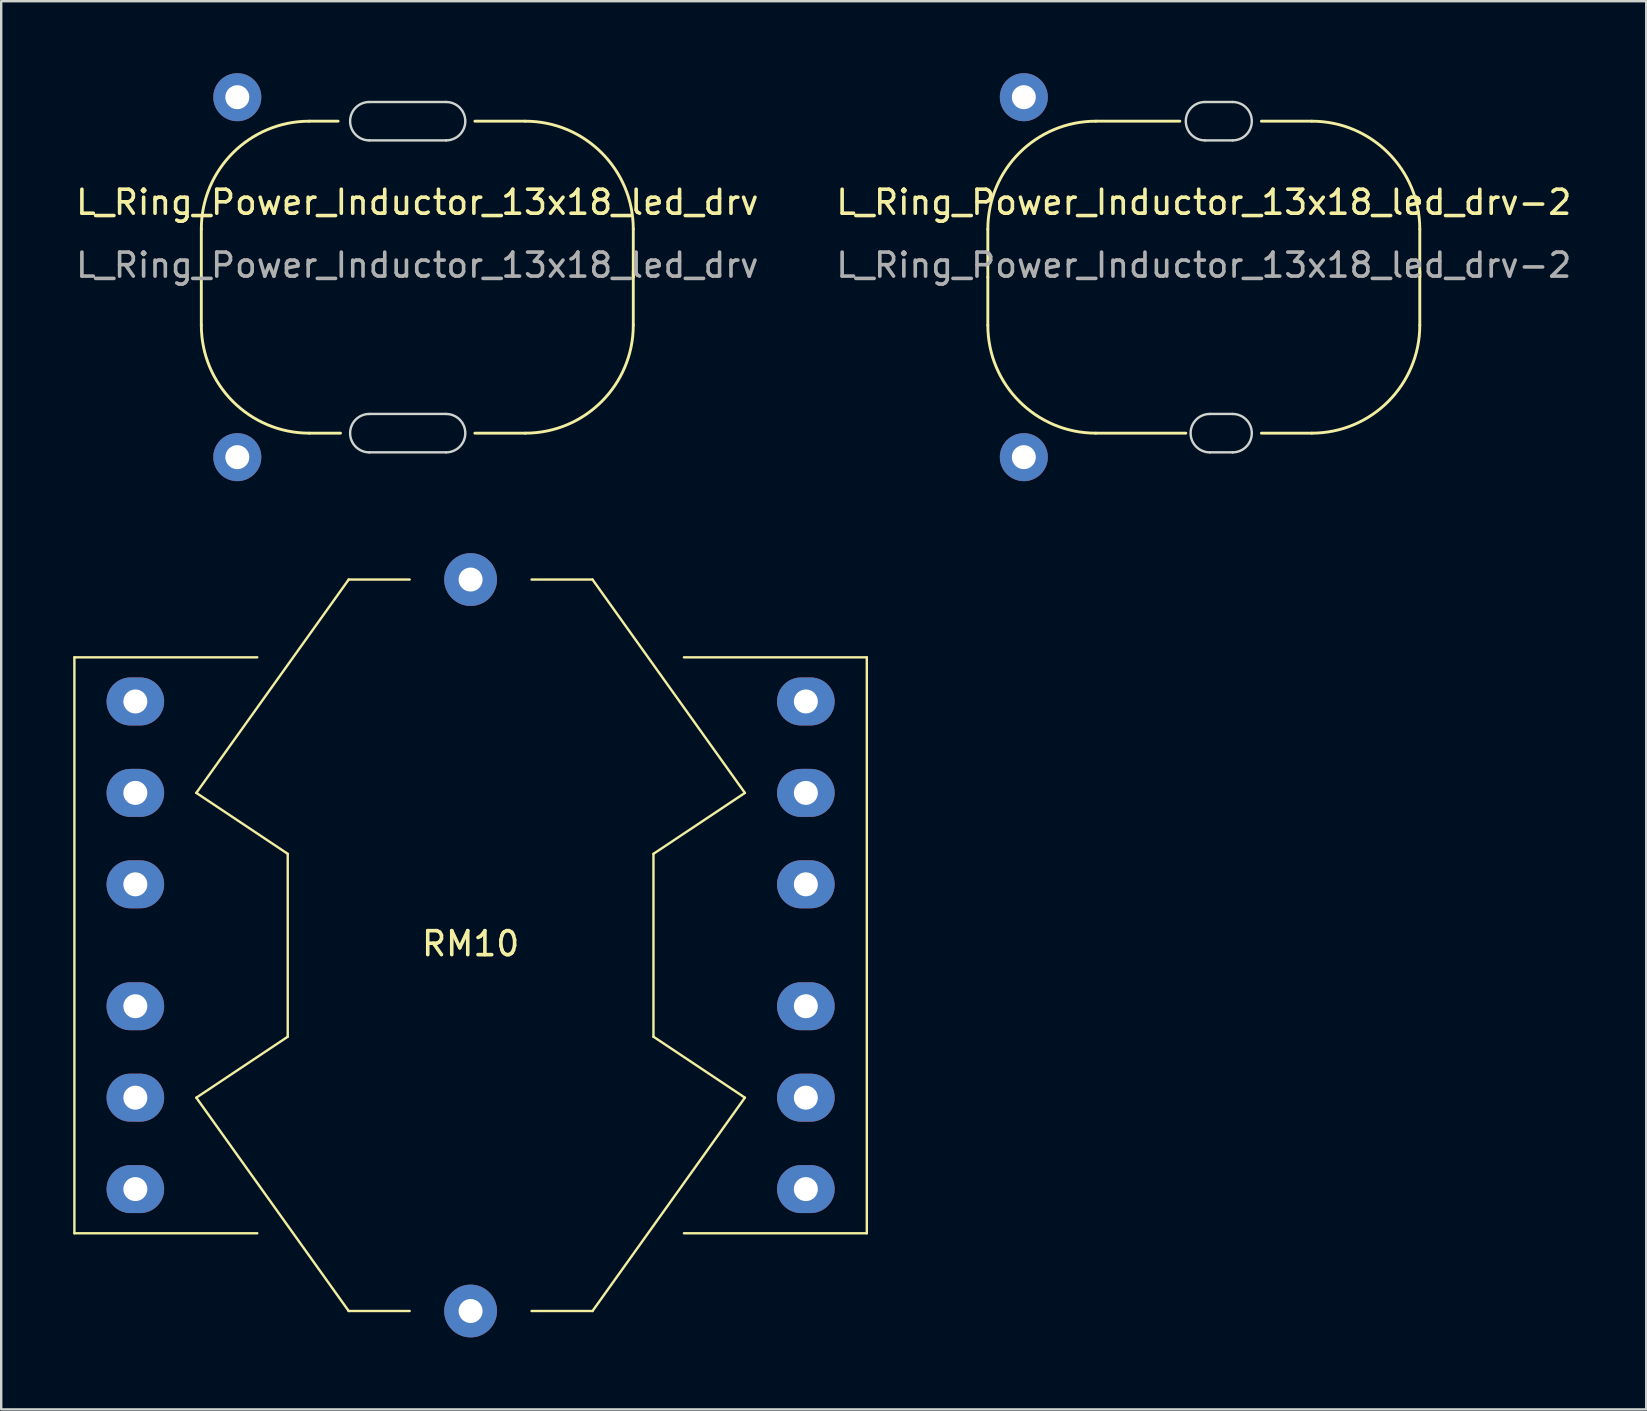
<source format=kicad_pcb>
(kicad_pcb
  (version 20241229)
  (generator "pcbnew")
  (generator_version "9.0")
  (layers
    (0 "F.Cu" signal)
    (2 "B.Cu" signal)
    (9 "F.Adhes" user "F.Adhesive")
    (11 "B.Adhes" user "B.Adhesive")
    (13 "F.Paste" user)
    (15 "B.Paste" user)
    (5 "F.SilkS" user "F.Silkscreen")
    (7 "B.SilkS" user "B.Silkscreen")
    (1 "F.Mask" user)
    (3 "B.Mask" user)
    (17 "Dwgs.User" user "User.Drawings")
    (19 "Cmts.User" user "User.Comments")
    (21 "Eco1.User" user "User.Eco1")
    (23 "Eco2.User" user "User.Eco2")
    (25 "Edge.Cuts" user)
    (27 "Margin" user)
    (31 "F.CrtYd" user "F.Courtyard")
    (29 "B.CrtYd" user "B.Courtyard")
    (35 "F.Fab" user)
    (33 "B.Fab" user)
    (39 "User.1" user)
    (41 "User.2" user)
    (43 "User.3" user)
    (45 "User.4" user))
  (footprint "L_Ring_Power_Inductor_13x18_led_drv-2"
    (layer "F.Cu")
    (at 47.113 8.5)
    (property "Reference" "L_Ring_Power_Inductor_13x18_led_drv-2" (at 0 -3.12 0) (layer "F.SilkS") (effects (font (size 1 1) (thickness 0.15))))
    (attr through_hole)
    (fp_line (start -9 -2) (end -9 0) (stroke (width 0.12) (type default)) (layer "F.SilkS"))
    (fp_line (start -9 0) (end -9 2) (stroke (width 0.12) (type default)) (layer "F.SilkS"))
    (fp_line (start -4.5 -6.5) (end -1 -6.5) (stroke (width 0.12) (type default)) (layer "F.SilkS"))
    (fp_line (start -4.5 6.5) (end -0.75 6.5) (stroke (width 0.12) (type default)) (layer "F.SilkS"))
    (fp_line (start 2.4 -6.5) (end 4.5 -6.5) (stroke (width 0.12) (type default)) (layer "F.SilkS"))
    (fp_line (start 2.4 6.5) (end 4.5 6.5) (stroke (width 0.12) (type default)) (layer "F.SilkS"))
    (fp_line (start 9 -2) (end 9 0) (stroke (width 0.12) (type default)) (layer "F.SilkS"))
    (fp_line (start 9 -0.25) (end 9 2) (stroke (width 0.12) (type default)) (layer "F.SilkS"))
    (fp_arc (start -9 -2) (mid -7.681981 -5.181981) (end -4.5 -6.5) (stroke (width 0.12) (type default)) (layer "F.SilkS"))
    (fp_arc (start -4.5 6.5) (mid -7.681981 5.181981) (end -9 2) (stroke (width 0.12) (type default)) (layer "F.SilkS"))
    (fp_arc (start 4.5 -6.5) (mid 7.681981 -5.181981) (end 9 -2) (stroke (width 0.12) (type default)) (layer "F.SilkS"))
    (fp_arc (start 9 2) (mid 7.681981 5.181981) (end 4.5 6.5) (stroke (width 0.12) (type default)) (layer "F.SilkS"))
    (fp_line (start 1.2 -7.3) (end 0.05 -7.3) (stroke (width 0.1) (type default)) (layer "Edge.Cuts"))
    (fp_line (start 1.2 -5.7) (end 0.05 -5.7) (stroke (width 0.1) (type default)) (layer "Edge.Cuts"))
    (fp_line (start 1.2 5.7) (end 0.25 5.7) (stroke (width 0.1) (type default)) (layer "Edge.Cuts"))
    (fp_line (start 1.2 7.3) (end 0.25 7.3) (stroke (width 0.1) (type default)) (layer "Edge.Cuts"))
    (fp_arc (start 0.05 -5.7) (mid -0.75 -6.5) (end 0.05 -7.3) (stroke (width 0.1) (type default)) (layer "Edge.Cuts"))
    (fp_arc (start 0.25 7.3) (mid -0.55 6.5) (end 0.25 5.7) (stroke (width 0.1) (type default)) (layer "Edge.Cuts"))
    (fp_arc (start 1.2 -7.3) (mid 2 -6.5) (end 1.2 -5.7) (stroke (width 0.1) (type default)) (layer "Edge.Cuts"))
    (fp_arc (start 1.2 5.7) (mid 2 6.5) (end 1.2 7.3) (stroke (width 0.1) (type default)) (layer "Edge.Cuts"))
    (fp_text user "${REFERENCE}" (at 0 -0.5 0) (layer "F.Fab") (effects (font (size 1 1) (thickness 0.15))))
    (pad "1" thru_hole oval (at -7.5 -7.5) (size 2 2) (drill 1) (layers "*.Cu" "*.Mask"))
    (pad "2" thru_hole oval (at -7.5 7.5) (size 2 2) (drill 1) (layers "*.Cu" "*.Mask")))
  (footprint "RM10"
    (layer "F.Cu")
    (at 16.56 36.275)
    (property "Reference" "RM10" (at 0 0 180) (layer "F.SilkS") (effects (font (size 1 1) (thickness 0.15))))
    (attr through_hole)
    (fp_line (start -16.51 -11.935) (end -16.51 12.065) (stroke (width 0.1) (type solid)) (layer "F.SilkS"))
    (fp_line (start -16.51 -11.935) (end -8.89 -11.935) (stroke (width 0.1) (type default)) (layer "F.SilkS"))
    (fp_line (start -16.51 12.065) (end -8.89 12.065) (stroke (width 0.1) (type default)) (layer "F.SilkS"))
    (fp_line (start -11.43 -6.285) (end -7.62 -3.745) (stroke (width 0.1) (type default)) (layer "F.SilkS"))
    (fp_line (start -11.43 6.415) (end -7.62 3.875) (stroke (width 0.1) (type default)) (layer "F.SilkS"))
    (fp_line (start -7.62 -3.745) (end -7.62 3.875) (stroke (width 0.1) (type default)) (layer "F.SilkS"))
    (fp_line (start -5.08 -15.175) (end -11.43 -6.285) (stroke (width 0.1) (type default)) (layer "F.SilkS"))
    (fp_line (start -5.08 15.305) (end -11.43 6.415) (stroke (width 0.1) (type default)) (layer "F.SilkS"))
    (fp_line (start -2.54 -15.175) (end -5.08 -15.175) (stroke (width 0.1) (type default)) (layer "F.SilkS"))
    (fp_line (start -2.54 15.305) (end -5.08 15.305) (stroke (width 0.1) (type default)) (layer "F.SilkS"))
    (fp_line (start 2.54 -15.175) (end 5.08 -15.175) (stroke (width 0.1) (type default)) (layer "F.SilkS"))
    (fp_line (start 2.54 15.305) (end 5.08 15.305) (stroke (width 0.1) (type default)) (layer "F.SilkS"))
    (fp_line (start 5.08 -15.175) (end 11.43 -6.285) (stroke (width 0.1) (type default)) (layer "F.SilkS"))
    (fp_line (start 5.08 15.305) (end 11.43 6.415) (stroke (width 0.1) (type default)) (layer "F.SilkS"))
    (fp_line (start 7.62 -3.745) (end 7.62 3.875) (stroke (width 0.1) (type default)) (layer "F.SilkS"))
    (fp_line (start 8.89 -11.935) (end 16.51 -11.935) (stroke (width 0.1) (type default)) (layer "F.SilkS"))
    (fp_line (start 8.89 12.065) (end 16.51 12.065) (stroke (width 0.1) (type default)) (layer "F.SilkS"))
    (fp_line (start 11.43 -6.285) (end 7.62 -3.745) (stroke (width 0.1) (type default)) (layer "F.SilkS"))
    (fp_line (start 11.43 6.415) (end 7.62 3.875) (stroke (width 0.1) (type default)) (layer "F.SilkS"))
    (fp_line (start 16.51 -11.935) (end 16.51 12.065) (stroke (width 0.1) (type solid)) (layer "F.SilkS"))
    (pad "0" thru_hole circle (at 0 -15.175 90) (size 2.2 2.2) (drill 1) (layers "*.Cu" "*.Mask"))
    (pad "0" thru_hole circle (at 0 15.305 90) (size 2.2 2.2) (drill 1) (layers "*.Cu" "*.Mask"))
    (pad "1" thru_hole oval (at 13.97 10.225 90) (size 2 2.4) (drill 1) (layers "*.Cu" "*.Mask"))
    (pad "2" thru_hole oval (at 13.97 6.415 90) (size 2 2.4) (drill 1) (layers "*.Cu" "*.Mask"))
    (pad "3" thru_hole oval (at 13.97 2.605 90) (size 2 2.4) (drill 1) (layers "*.Cu" "*.Mask"))
    (pad "4" thru_hole oval (at 13.97 -2.475 90) (size 2 2.4) (drill 1) (layers "*.Cu" "*.Mask"))
    (pad "5" thru_hole oval (at 13.97 -6.285 90) (size 2 2.4) (drill 1) (layers "*.Cu" "*.Mask"))
    (pad "6" thru_hole oval (at 13.97 -10.095 90) (size 2 2.4) (drill 1) (layers "*.Cu" "*.Mask"))
    (pad "7" thru_hole oval (at -13.97 -10.095 90) (size 2 2.4) (drill 1) (layers "*.Cu" "*.Mask"))
    (pad "8" thru_hole oval (at -13.97 -6.285 90) (size 2 2.4) (drill 1) (layers "*.Cu" "*.Mask"))
    (pad "9" thru_hole oval (at -13.97 -2.475 90) (size 2 2.4) (drill 1) (layers "*.Cu" "*.Mask"))
    (pad "10" thru_hole oval (at -13.97 2.605 90) (size 2 2.4) (drill 1) (layers "*.Cu" "*.Mask"))
    (pad "11" thru_hole oval (at -13.97 6.415 90) (size 2 2.4) (drill 1) (layers "*.Cu" "*.Mask"))
    (pad "12" thru_hole oval (at -13.97 10.225 90) (size 2 2.4) (drill 1) (layers "*.Cu" "*.Mask")))
  (footprint "L_Ring_Power_Inductor_13x18_led_drv"
    (layer "F.Cu")
    (at 14.339 8.5)
    (property "Reference" "L_Ring_Power_Inductor_13x18_led_drv" (at 0 -3.12 0) (layer "F.SilkS") (effects (font (size 1 1) (thickness 0.15))))
    (attr through_hole)
    (fp_line (start -9 -2) (end -9 0) (stroke (width 0.12) (type default)) (layer "F.SilkS"))
    (fp_line (start -9 0) (end -9 2) (stroke (width 0.12) (type default)) (layer "F.SilkS"))
    (fp_line (start -4.5 -6.5) (end -3.3 -6.5) (stroke (width 0.12) (type default)) (layer "F.SilkS"))
    (fp_line (start -4.5 6.5) (end -3.2 6.5) (stroke (width 0.12) (type default)) (layer "F.SilkS"))
    (fp_line (start 2.4 -6.5) (end 4.5 -6.5) (stroke (width 0.12) (type default)) (layer "F.SilkS"))
    (fp_line (start 2.4 6.5) (end 4.5 6.5) (stroke (width 0.12) (type default)) (layer "F.SilkS"))
    (fp_line (start 9 -2) (end 9 0) (stroke (width 0.12) (type default)) (layer "F.SilkS"))
    (fp_line (start 9 -0.25) (end 9 2) (stroke (width 0.12) (type default)) (layer "F.SilkS"))
    (fp_arc (start -9 -2) (mid -7.681981 -5.181981) (end -4.5 -6.5) (stroke (width 0.12) (type default)) (layer "F.SilkS"))
    (fp_arc (start -4.5 6.5) (mid -7.681981 5.181981) (end -9 2) (stroke (width 0.12) (type default)) (layer "F.SilkS"))
    (fp_arc (start 4.5 -6.5) (mid 7.681981 -5.181981) (end 9 -2) (stroke (width 0.12) (type default)) (layer "F.SilkS"))
    (fp_arc (start 9 2) (mid 7.681981 5.181981) (end 4.5 6.5) (stroke (width 0.12) (type default)) (layer "F.SilkS"))
    (fp_line (start 1.2 -7.3) (end -2 -7.3) (stroke (width 0.1) (type default)) (layer "Edge.Cuts"))
    (fp_line (start 1.2 -5.7) (end -2 -5.7) (stroke (width 0.1) (type default)) (layer "Edge.Cuts"))
    (fp_line (start 1.2 5.7) (end -2 5.7) (stroke (width 0.1) (type default)) (layer "Edge.Cuts"))
    (fp_line (start 1.2 7.3) (end -2 7.3) (stroke (width 0.1) (type default)) (layer "Edge.Cuts"))
    (fp_arc (start -2 -5.7) (mid -2.8 -6.5) (end -2 -7.3) (stroke (width 0.1) (type default)) (layer "Edge.Cuts"))
    (fp_arc (start -2 7.3) (mid -2.8 6.5) (end -2 5.7) (stroke (width 0.1) (type default)) (layer "Edge.Cuts"))
    (fp_arc (start 1.2 -7.3) (mid 2 -6.5) (end 1.2 -5.7) (stroke (width 0.1) (type default)) (layer "Edge.Cuts"))
    (fp_arc (start 1.2 5.7) (mid 2 6.5) (end 1.2 7.3) (stroke (width 0.1) (type default)) (layer "Edge.Cuts"))
    (fp_text user "${REFERENCE}" (at 0 -0.5 0) (layer "F.Fab") (effects (font (size 1 1) (thickness 0.15))))
    (pad "1" thru_hole oval (at -7.5 -7.5) (size 2 2) (drill 1) (layers "*.Cu" "*.Mask"))
    (pad "2" thru_hole oval (at -7.5 7.5) (size 2 2) (drill 1) (layers "*.Cu" "*.Mask")))
  (gr_rect
    (start -3 -3)
    (end 65.548 55.68)
    (stroke (width 0.1) (type default))
    (fill no)
    (layer "Edge.Cuts")))
</source>
